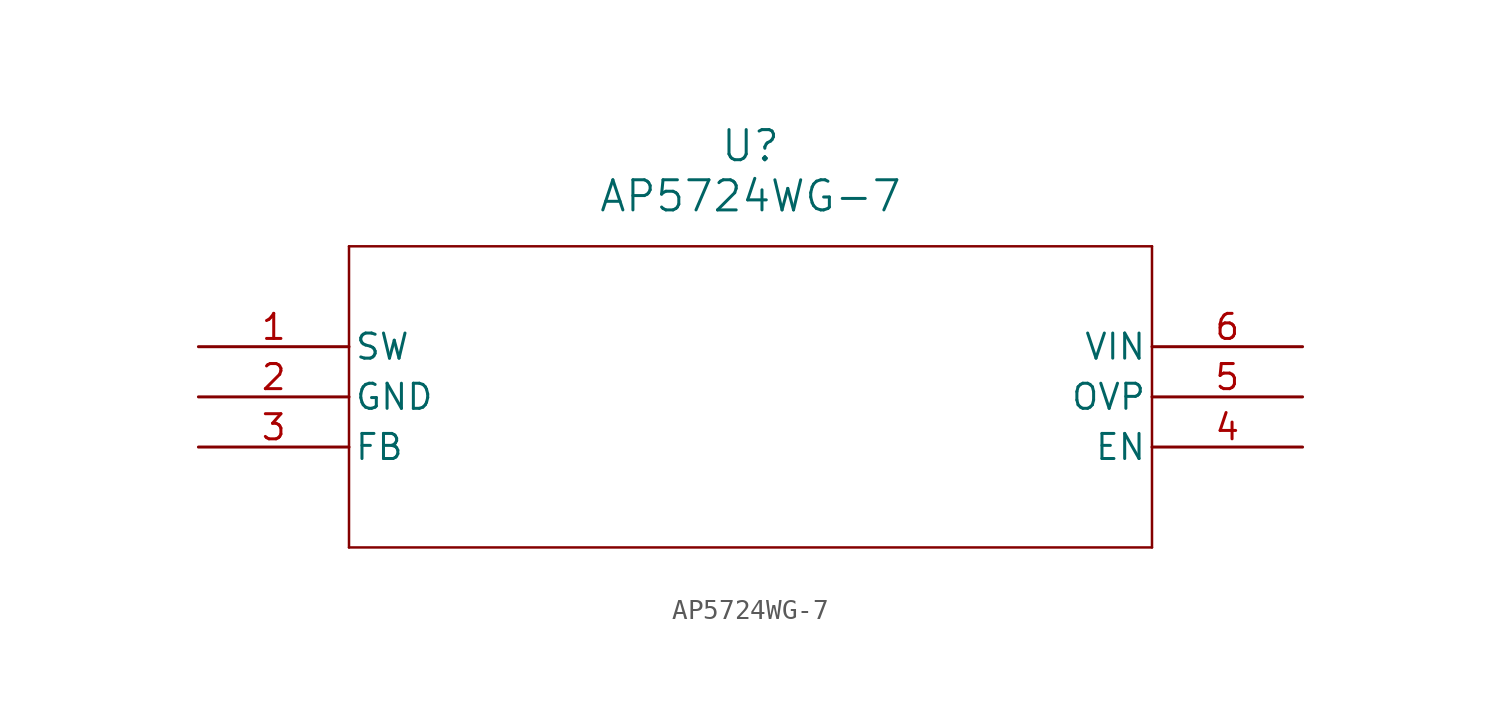
<source format=kicad_sym>
(kicad_symbol_lib
  (version 20211014)
  (generator kicad_symbol_editor)
  (symbol "AP5724WG-7"
    (pin_names
      (offset 0.254))
    (property "Reference" "U"
      (at 27.94 10.16 0)
      (effects (font (size 1.524 1.524))))
    (property "Value" "AP5724WG-7"
      (at 27.94 7.62 0)
      (effects (font (size 1.524 1.524))))
    (symbol "AP5724WG-7_0_1"
      (polyline (pts (xy 7.62 5.08) (xy 7.62 -10.16)) (stroke (width 0.127) (type default) (color 0 0 0 0)) (fill (type none)))
      (polyline (pts (xy 7.62 -10.16) (xy 48.26 -10.16)) (stroke (width 0.127) (type default) (color 0 0 0 0)) (fill (type none)))
      (polyline (pts (xy 48.26 -10.16) (xy 48.26 5.08)) (stroke (width 0.127) (type default) (color 0 0 0 0)) (fill (type none)))
      (polyline (pts (xy 48.26 5.08) (xy 7.62 5.08)) (stroke (width 0.127) (type default) (color 0 0 0 0)) (fill (type none)))
      (pin unspecified line (at 0 0 0) (length 7.62) (name "SW" (effects (font (size 1.27 1.27)))) (number "1" (effects (font (size 1.27 1.27)))))
      (pin power_in line (at 0 -2.54 0) (length 7.62) (name "GND" (effects (font (size 1.27 1.27)))) (number "2" (effects (font (size 1.27 1.27)))))
      (pin unspecified line (at 0 -5.08 0) (length 7.62) (name "FB" (effects (font (size 1.27 1.27)))) (number "3" (effects (font (size 1.27 1.27)))))
      (pin input line (at 55.88 -5.08 180) (length 7.62) (name "EN" (effects (font (size 1.27 1.27)))) (number "4" (effects (font (size 1.27 1.27)))))
      (pin output line (at 55.88 -2.54 180) (length 7.62) (name "OVP" (effects (font (size 1.27 1.27)))) (number "5" (effects (font (size 1.27 1.27)))))
      (pin input line (at 55.88 0 180) (length 7.62) (name "VIN" (effects (font (size 1.27 1.27)))) (number "6" (effects (font (size 1.27 1.27))))))))
</source>
